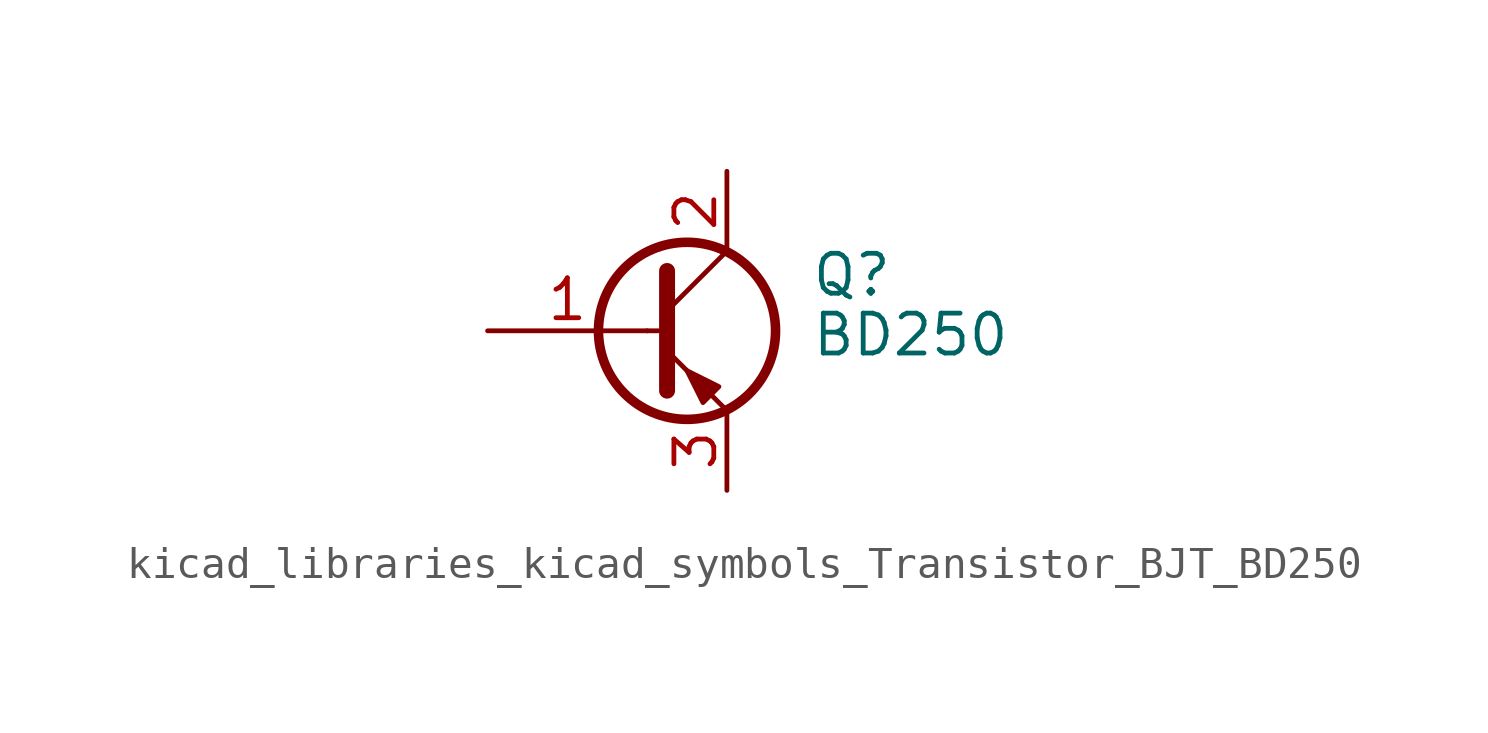
<source format=kicad_sym>
(kicad_symbol_lib
  (version 20220914)
  (generator kicad_symbol_editor)
  (symbol "kicad_libraries_kicad_symbols_Transistor_BJT_BD250"
    (pin_names
      (offset 0) hide)
    (property "Reference" "Q"
      (at 5.207 1.778 0)
      (effects (font (size 1.27 1.27)) (justify left)))
    (property "Value" "BD250"
      (at 5.207 -0.127 0)
      (effects (font (size 1.27 1.27)) (justify left)))
    (symbol "kicad_libraries_kicad_symbols_Transistor_BJT_BD250_0_1"
      (polyline (pts (xy 0 0) (xy 0.635 0)) (stroke (width 0) (type default)) (fill (type none)))
      (polyline (pts (xy 2.54 2.54) (xy 0.635 0.635)) (stroke (width 0) (type default)) (fill (type none)))
      (polyline (pts (xy 0.635 -0.635) (xy 2.54 -2.54) (xy 2.54 -2.54)) (stroke (width 0) (type default)) (fill (type none)))
      (polyline (pts (xy 0.635 1.905) (xy 0.635 -1.905) (xy 0.635 -1.905)) (stroke (width 0.508) (type default)) (fill (type none)))
      (polyline (pts (xy 1.778 -2.286) (xy 2.286 -1.778) (xy 1.27 -1.27) (xy 1.778 -2.286) (xy 1.778 -2.286)) (stroke (width 0) (type default)) (fill (type outline)))
      (circle (center 1.27 0) (radius 2.819) (stroke (width 0.305) (type default)) (fill (type none))))
    (symbol "kicad_libraries_kicad_symbols_Transistor_BJT_BD250_1_1"
      (pin input line (at -5.08 0 0) (length 5.08) (name "B" (effects (font (size 1.27 1.27)))) (number "1" (effects (font (size 1.27 1.27)))))
      (pin passive line (at 2.54 5.08 270) (length 2.54) (name "C" (effects (font (size 1.27 1.27)))) (number "2" (effects (font (size 1.27 1.27)))))
      (pin passive line (at 2.54 -5.08 90) (length 2.54) (name "E" (effects (font (size 1.27 1.27)))) (number "3" (effects (font (size 1.27 1.27))))))))
</source>
